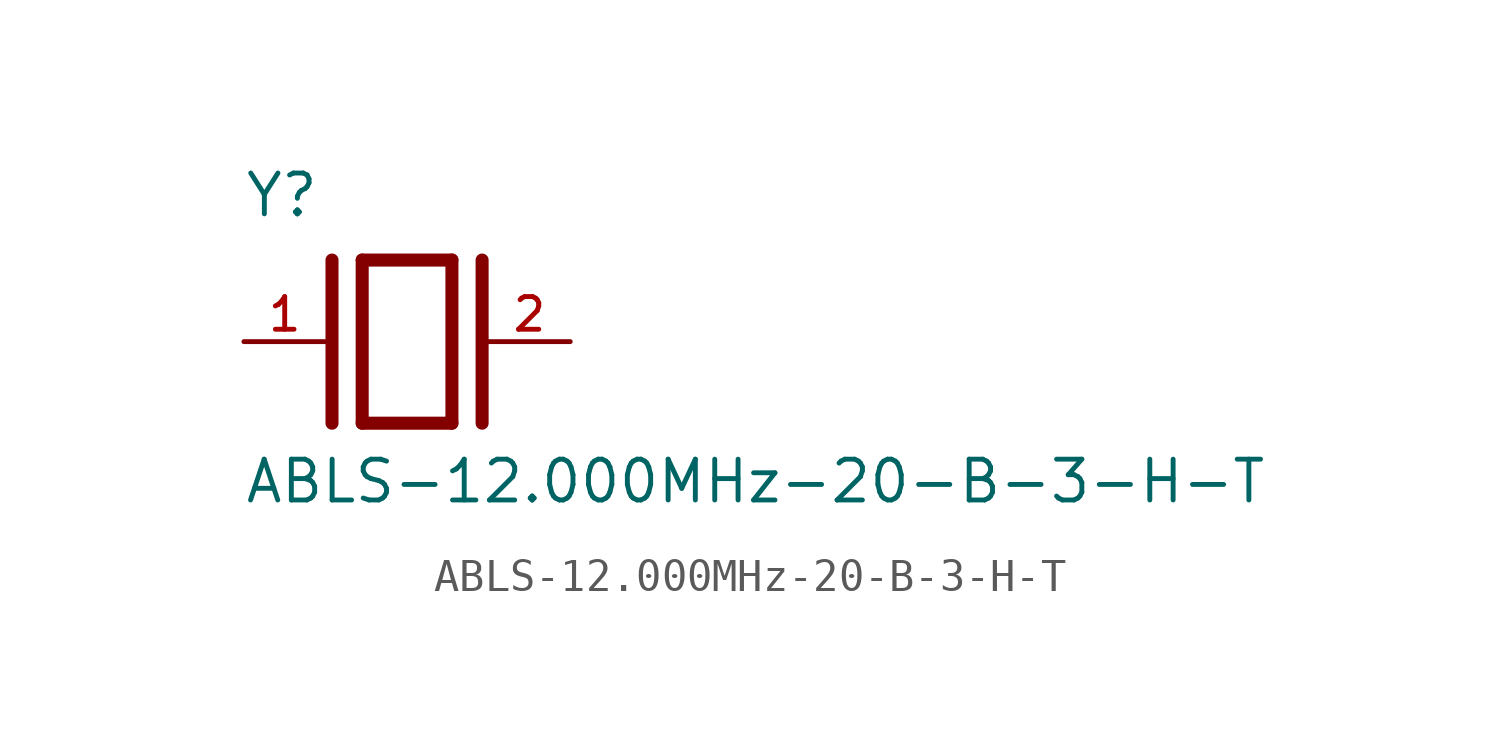
<source format=kicad_sym>
(kicad_symbol_lib
  (version 20211014)
  (generator kicad_symbol_editor)
  (symbol "ABLS-12.000MHz-20-B-3-H-T"
    (pin_names
      (offset 1.016))
    (property "Reference" "Y"
      (at -5.088 3.816 0)
      (effects (font (size 1.27 1.27)) (justify bottom left)))
    (property "Value" "ABLS-12.000MHz-20-B-3-H-T"
      (at -5.094 -5.094 0)
      (effects (font (size 1.27 1.27)) (justify bottom left)))
    (symbol "ABLS-12.000MHz-20-B-3-H-T_0_0"
      (polyline (pts (xy -1.397 2.54) (xy 1.397 2.54)) (stroke (width 0.406)))
      (polyline (pts (xy 1.397 2.54) (xy 1.397 -2.54)) (stroke (width 0.406)))
      (polyline (pts (xy 1.397 -2.54) (xy -1.397 -2.54)) (stroke (width 0.406)))
      (polyline (pts (xy -1.397 2.54) (xy -1.397 -2.54)) (stroke (width 0.406)))
      (polyline (pts (xy 2.337 2.54) (xy 2.337 -2.54)) (stroke (width 0.406)))
      (polyline (pts (xy -2.337 2.54) (xy -2.337 -2.54)) (stroke (width 0.406)))
      (pin passive line (at 5.08 0.0 180.0) (length 2.54) (name "~" (effects (font (size 1.016 1.016)))) (number "2" (effects (font (size 1.016 1.016)))))
      (pin passive line (at -5.08 0.0 0) (length 2.54) (name "~" (effects (font (size 1.016 1.016)))) (number "1" (effects (font (size 1.016 1.016))))))))
</source>
